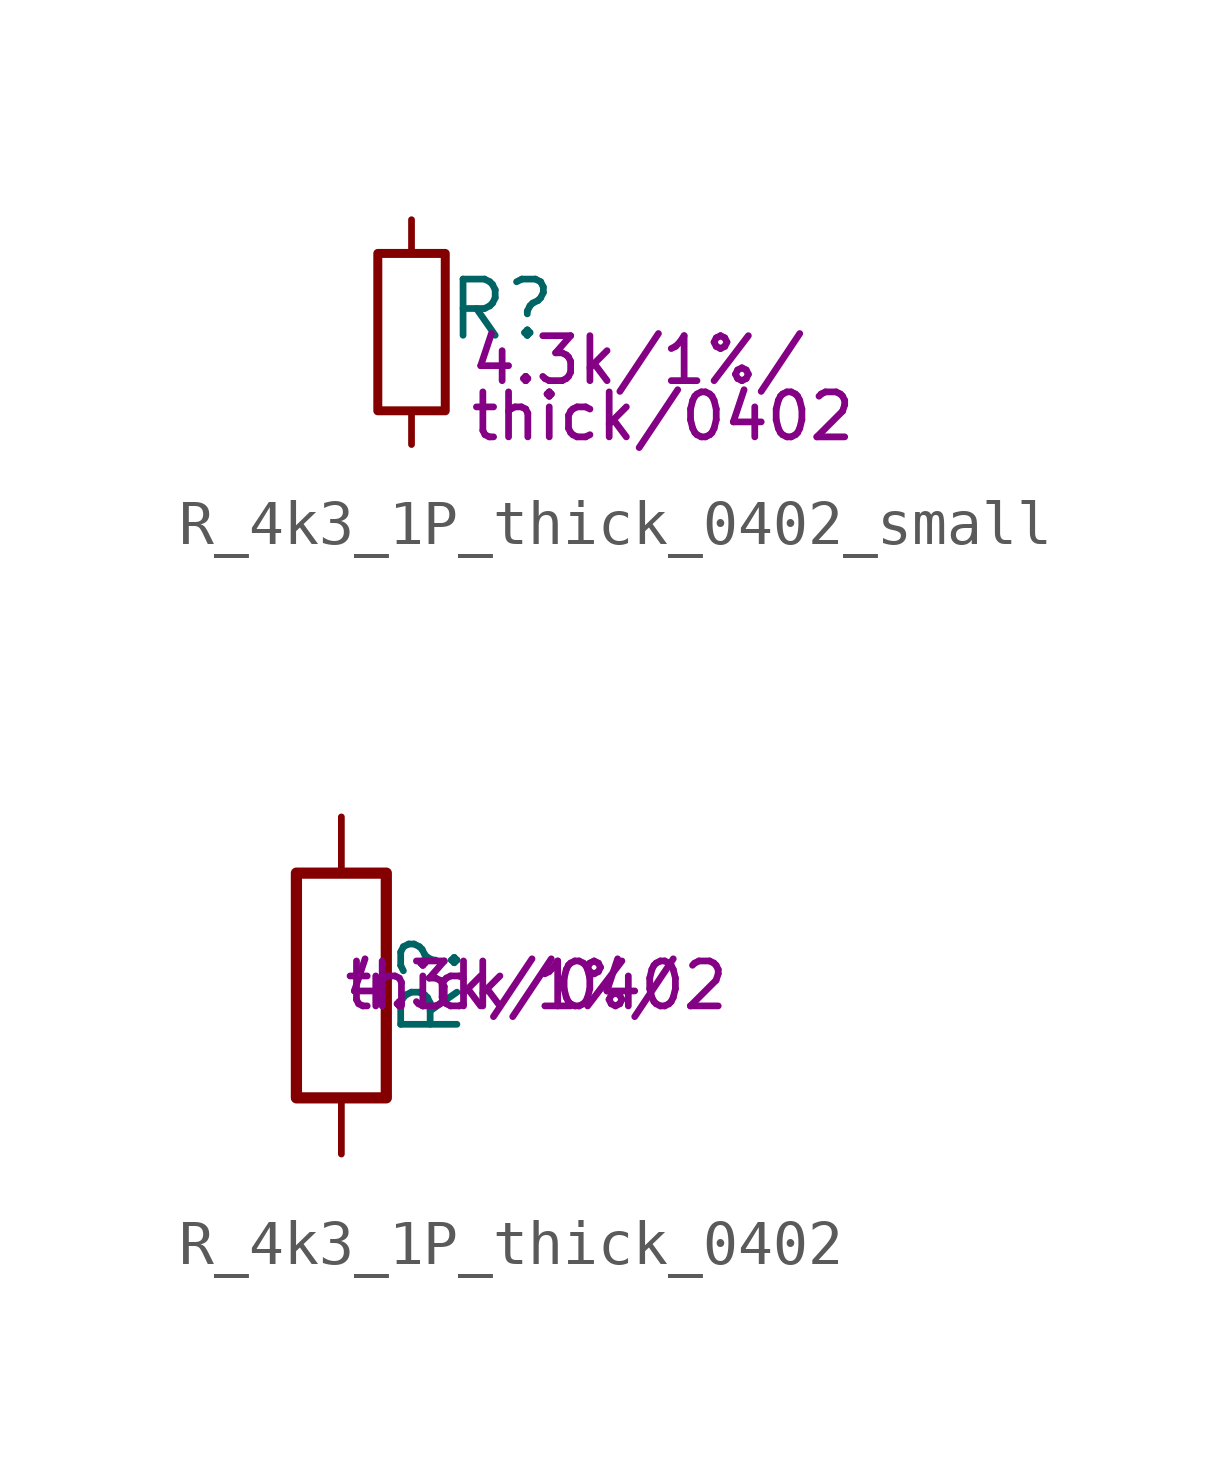
<source format=kicad_sym>
(kicad_symbol_lib
  (version 20211014)
  (generator kicad_symbol_editor)
  (symbol "R_4k3_1P_thick_0402_small"
    (pin_numbers hide)
    (pin_names
      (offset 0.254) hide)
    (property "Reference" "R"
      (at 0.762 0.508 0)
      (effects (font (size 1.27 1.27)) (justify left)))
    (property "Params" "4.3k/1%/"
      (at 1.27 -0.635 0)
      (effects (font (size 1.016 1.016)) (justify left)))
    (property "Params2" "thick/0402"
      (at 1.27 -1.905 0)
      (effects (font (size 1.016 1.016)) (justify left)))
    (symbol "R_4k3_1P_thick_0402_small_0_1"
      (rectangle (start -0.762 1.778) (end 0.762 -1.778) (stroke (width 0.203) (type default) (color 0 0 0 0)) (fill (type none))))
    (symbol "R_4k3_1P_thick_0402_small_1_1"
      (pin passive line (at 0 2.54 270) (length 0.762) (name "~" (effects (font (size 1.27 1.27)))) (number "1" (effects (font (size 1.27 1.27)))))
      (pin passive line (at 0 -2.54 90) (length 0.762) (name "~" (effects (font (size 1.27 1.27)))) (number "2" (effects (font (size 1.27 1.27)))))))
  (symbol "R_4k3_1P_thick_0402"
    (pin_numbers hide)
    (pin_names
      (offset 0))
    (property "Reference" "R"
      (at 2.032 0 90)
      (effects (font (size 1.27 1.27))))
    (property "Params" "4.3k/1%/"
      (at 0 0 0)
      (effects (font (size 1.016 1.016)) (justify left)))
    (property "Params2" "thick/0402"
      (at 0 0 0)
      (effects (font (size 1.016 1.016)) (justify left)))
    (symbol "R_4k3_1P_thick_0402_0_1"
      (rectangle (start -1.016 -2.54) (end 1.016 2.54) (stroke (width 0.254) (type default) (color 0 0 0 0)) (fill (type none))))
    (symbol "R_4k3_1P_thick_0402_1_1"
      (pin passive line (at 0 3.81 270) (length 1.27) (name "~" (effects (font (size 1.27 1.27)))) (number "1" (effects (font (size 1.27 1.27)))))
      (pin passive line (at 0 -3.81 90) (length 1.27) (name "~" (effects (font (size 1.27 1.27)))) (number "2" (effects (font (size 1.27 1.27))))))))
</source>
